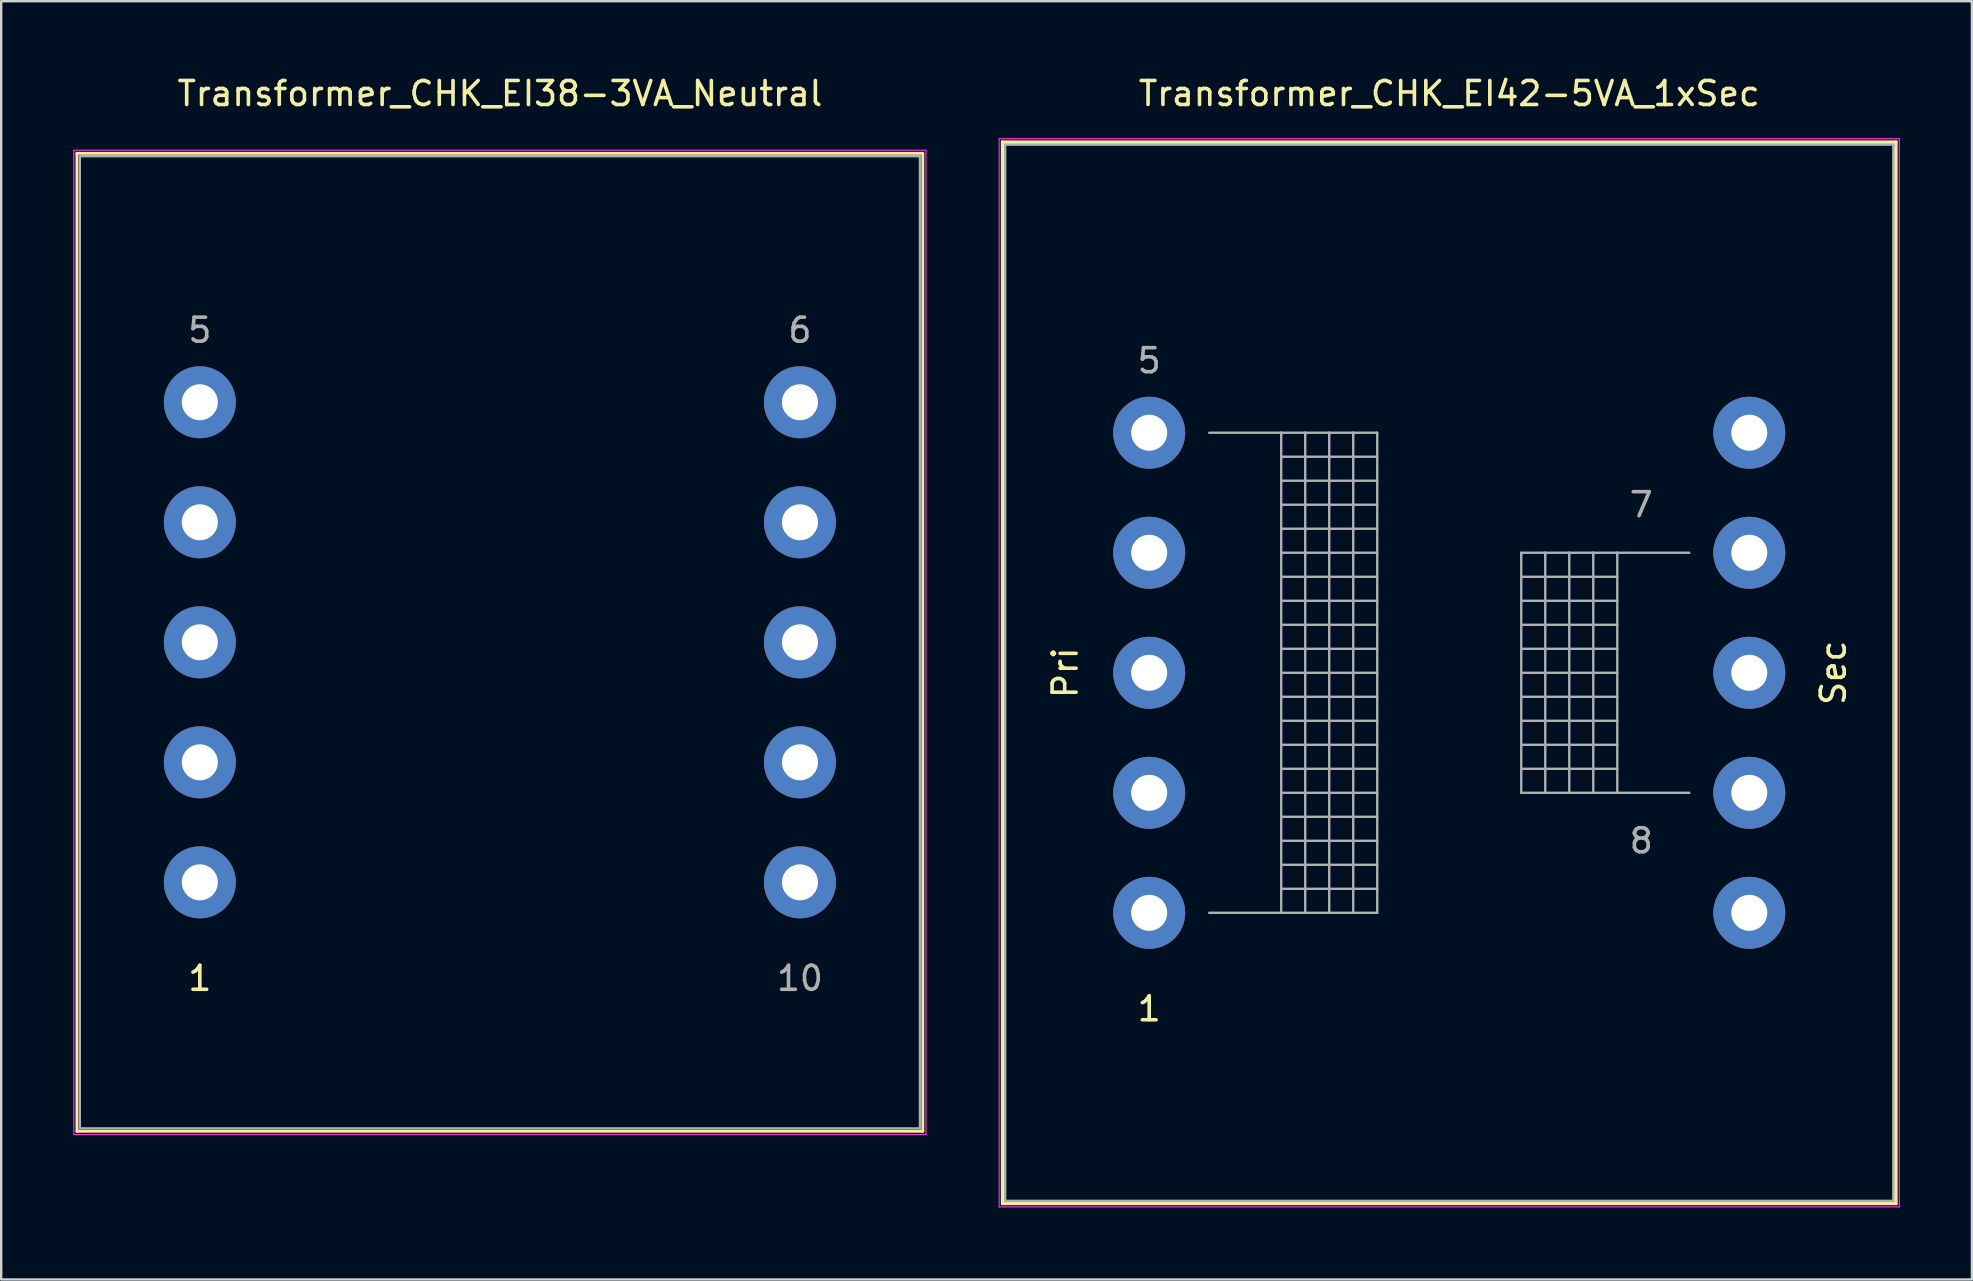
<source format=kicad_pcb>
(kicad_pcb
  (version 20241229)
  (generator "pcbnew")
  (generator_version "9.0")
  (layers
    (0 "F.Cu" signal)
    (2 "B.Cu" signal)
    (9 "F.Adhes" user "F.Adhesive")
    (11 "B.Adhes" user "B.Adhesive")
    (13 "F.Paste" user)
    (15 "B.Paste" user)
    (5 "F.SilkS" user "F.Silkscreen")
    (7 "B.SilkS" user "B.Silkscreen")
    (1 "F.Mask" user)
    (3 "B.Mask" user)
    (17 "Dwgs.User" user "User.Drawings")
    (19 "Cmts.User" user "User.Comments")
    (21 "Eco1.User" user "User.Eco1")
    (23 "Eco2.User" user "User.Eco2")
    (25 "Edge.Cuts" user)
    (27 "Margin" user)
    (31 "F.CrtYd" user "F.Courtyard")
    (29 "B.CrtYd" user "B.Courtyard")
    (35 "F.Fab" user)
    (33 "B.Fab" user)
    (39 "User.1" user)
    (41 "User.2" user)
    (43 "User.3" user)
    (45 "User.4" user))
  (footprint "Transformer_CHK_EI38-3VA_Neutral"
    (layer "F.Cu")
    (at 5.275 33.708)
    (property "Reference" "Transformer_CHK_EI38-3VA_Neutral" (at 12.5 -32.86 0) (layer "F.SilkS") (effects (font (size 1 1) (thickness 0.15))))
    (attr through_hole)
    (fp_line (start -5.12 -30.37) (end -5.12 10.37) (stroke (width 0.12) (type solid)) (layer "F.SilkS"))
    (fp_line (start -5.12 -30.37) (end 30.12 -30.37) (stroke (width 0.12) (type solid)) (layer "F.SilkS"))
    (fp_line (start 30.12 10.37) (end -5.12 10.37) (stroke (width 0.12) (type solid)) (layer "F.SilkS"))
    (fp_line (start 30.12 10.37) (end 30.12 -30.37) (stroke (width 0.12) (type solid)) (layer "F.SilkS"))
    (fp_line (start -5.25 -30.5) (end -5.25 10.5) (stroke (width 0.05) (type solid)) (layer "F.CrtYd"))
    (fp_line (start -5.25 -30.5) (end 30.25 -30.5) (stroke (width 0.05) (type solid)) (layer "F.CrtYd"))
    (fp_line (start 30.25 10.5) (end -5.25 10.5) (stroke (width 0.05) (type solid)) (layer "F.CrtYd"))
    (fp_line (start 30.25 10.5) (end 30.25 -30.5) (stroke (width 0.05) (type solid)) (layer "F.CrtYd"))
    (fp_line (start -5 -30.25) (end -5 10.25) (stroke (width 0.1) (type solid)) (layer "F.Fab"))
    (fp_line (start -5 10.25) (end 30 10.25) (stroke (width 0.1) (type solid)) (layer "F.Fab"))
    (fp_line (start 30 -30.25) (end -5 -30.25) (stroke (width 0.1) (type solid)) (layer "F.Fab"))
    (fp_line (start 30 10.25) (end 30 -30.25) (stroke (width 0.1) (type solid)) (layer "F.Fab"))
    (fp_text user "1" (at 0 4 0) (layer "F.SilkS") (effects (font (size 1 1) (thickness 0.15))))
    (fp_text user "6" (at 25 -23 0) (layer "F.Fab") (effects (font (size 1 1) (thickness 0.15))))
    (fp_text user "10" (at 25 4 0) (layer "F.Fab") (effects (font (size 1 1) (thickness 0.15))))
    (fp_text user "5" (at 0 -23 0) (layer "F.Fab") (effects (font (size 1 1) (thickness 0.15))))
    (pad "1" thru_hole circle (at 0 0) (size 3 3) (drill 1.5) (layers "*.Cu" "*.Mask"))
    (pad "2" thru_hole circle (at 0 -5) (size 3 3) (drill 1.5) (layers "*.Cu" "*.Mask"))
    (pad "3" thru_hole circle (at 0 -10) (size 3 3) (drill 1.5) (layers "*.Cu" "*.Mask"))
    (pad "4" thru_hole circle (at 0 -15) (size 3 3) (drill 1.5) (layers "*.Cu" "*.Mask"))
    (pad "5" thru_hole circle (at 0 -20) (size 3 3) (drill 1.5) (layers "*.Cu" "*.Mask"))
    (pad "6" thru_hole circle (at 25 -20) (size 3 3) (drill 1.5) (layers "*.Cu" "*.Mask"))
    (pad "7" thru_hole circle (at 25 -15) (size 3 3) (drill 1.5) (layers "*.Cu" "*.Mask"))
    (pad "8" thru_hole circle (at 25 -10) (size 3 3) (drill 1.5) (layers "*.Cu" "*.Mask"))
    (pad "9" thru_hole circle (at 25 -5) (size 3 3) (drill 1.5) (layers "*.Cu" "*.Mask"))
    (pad "10" thru_hole circle (at 25 0) (size 3 3) (drill 1.5) (layers "*.Cu" "*.Mask")))
  (footprint "Transformer_CHK_EI42-5VA_1xSec"
    (layer "F.Cu")
    (at 44.825 34.978)
    (property "Reference" "Transformer_CHK_EI42-5VA_1xSec" (at 12.5 -34.13 0) (layer "F.SilkS") (effects (font (size 1 1) (thickness 0.15))))
    (attr through_hole)
    (fp_line (start -6.12 -32.12) (end -6.12 12.12) (stroke (width 0.12) (type solid)) (layer "F.SilkS"))
    (fp_line (start -6.12 -32.12) (end 31.12 -32.12) (stroke (width 0.12) (type solid)) (layer "F.SilkS"))
    (fp_line (start -6.05 -32.05) (end 31.05 -32.05) (stroke (width 0.12) (type solid)) (layer "F.SilkS"))
    (fp_line (start -6.05 12.05) (end -6.05 -32.05) (stroke (width 0.12) (type solid)) (layer "F.SilkS"))
    (fp_line (start 31.05 -32.05) (end 31.05 12.05) (stroke (width 0.12) (type solid)) (layer "F.SilkS"))
    (fp_line (start 31.05 12.05) (end -6.05 12.05) (stroke (width 0.12) (type solid)) (layer "F.SilkS"))
    (fp_line (start 31.12 12.12) (end -6.12 12.12) (stroke (width 0.12) (type solid)) (layer "F.SilkS"))
    (fp_line (start 31.12 12.12) (end 31.12 -32.12) (stroke (width 0.12) (type solid)) (layer "F.SilkS"))
    (fp_line (start -6.25 -32.25) (end -6.25 12.25) (stroke (width 0.05) (type solid)) (layer "F.CrtYd"))
    (fp_line (start -6.25 -32.25) (end 31.25 -32.25) (stroke (width 0.05) (type solid)) (layer "F.CrtYd"))
    (fp_line (start 31.25 12.25) (end -6.25 12.25) (stroke (width 0.05) (type solid)) (layer "F.CrtYd"))
    (fp_line (start 31.25 12.25) (end 31.25 -32.25) (stroke (width 0.05) (type solid)) (layer "F.CrtYd"))
    (fp_line (start -6 -32) (end -6 12) (stroke (width 0.1) (type solid)) (layer "F.Fab"))
    (fp_line (start -6 12) (end 31 12) (stroke (width 0.1) (type solid)) (layer "F.Fab"))
    (fp_line (start 2.5 -20) (end 5.5 -20) (stroke (width 0.1) (type solid)) (layer "F.Fab"))
    (fp_line (start 5.5 -20) (end 5.5 0) (stroke (width 0.1) (type solid)) (layer "F.Fab"))
    (fp_line (start 5.5 -20) (end 6.5 -20) (stroke (width 0.1) (type solid)) (layer "F.Fab"))
    (fp_line (start 5.5 -19) (end 9.5 -19) (stroke (width 0.1) (type solid)) (layer "F.Fab"))
    (fp_line (start 5.5 -18) (end 9.5 -18) (stroke (width 0.1) (type solid)) (layer "F.Fab"))
    (fp_line (start 5.5 -17) (end 9.5 -17) (stroke (width 0.1) (type solid)) (layer "F.Fab"))
    (fp_line (start 5.5 -16) (end 9.5 -16) (stroke (width 0.1) (type solid)) (layer "F.Fab"))
    (fp_line (start 5.5 -15) (end 9.5 -15) (stroke (width 0.1) (type solid)) (layer "F.Fab"))
    (fp_line (start 5.5 -14) (end 9.5 -14) (stroke (width 0.1) (type solid)) (layer "F.Fab"))
    (fp_line (start 5.5 -13) (end 9.5 -13) (stroke (width 0.1) (type solid)) (layer "F.Fab"))
    (fp_line (start 5.5 -12) (end 9.5 -12) (stroke (width 0.1) (type solid)) (layer "F.Fab"))
    (fp_line (start 5.5 -11) (end 9.5 -11) (stroke (width 0.1) (type solid)) (layer "F.Fab"))
    (fp_line (start 5.5 -10) (end 9.5 -10) (stroke (width 0.1) (type solid)) (layer "F.Fab"))
    (fp_line (start 5.5 -9) (end 9.5 -9) (stroke (width 0.1) (type solid)) (layer "F.Fab"))
    (fp_line (start 5.5 -8) (end 9.5 -8) (stroke (width 0.1) (type solid)) (layer "F.Fab"))
    (fp_line (start 5.5 -7) (end 9.5 -7) (stroke (width 0.1) (type solid)) (layer "F.Fab"))
    (fp_line (start 5.5 -6) (end 9.5 -6) (stroke (width 0.1) (type solid)) (layer "F.Fab"))
    (fp_line (start 5.5 -5) (end 9.5 -5) (stroke (width 0.1) (type solid)) (layer "F.Fab"))
    (fp_line (start 5.5 -4) (end 9.5 -4) (stroke (width 0.1) (type solid)) (layer "F.Fab"))
    (fp_line (start 5.5 -3) (end 9.5 -3) (stroke (width 0.1) (type solid)) (layer "F.Fab"))
    (fp_line (start 5.5 -2) (end 9.5 -2) (stroke (width 0.1) (type solid)) (layer "F.Fab"))
    (fp_line (start 5.5 -1) (end 9.5 -1) (stroke (width 0.1) (type solid)) (layer "F.Fab"))
    (fp_line (start 5.5 0) (end 2.5 0) (stroke (width 0.1) (type solid)) (layer "F.Fab"))
    (fp_line (start 6.5 -20) (end 6.5 0) (stroke (width 0.1) (type solid)) (layer "F.Fab"))
    (fp_line (start 6.5 -20) (end 7.5 -20) (stroke (width 0.1) (type solid)) (layer "F.Fab"))
    (fp_line (start 6.5 0) (end 5.5 0) (stroke (width 0.1) (type solid)) (layer "F.Fab"))
    (fp_line (start 7.5 -20) (end 7.5 0) (stroke (width 0.1) (type solid)) (layer "F.Fab"))
    (fp_line (start 7.5 -20) (end 8.5 -20) (stroke (width 0.1) (type solid)) (layer "F.Fab"))
    (fp_line (start 7.5 0) (end 6.5 0) (stroke (width 0.1) (type solid)) (layer "F.Fab"))
    (fp_line (start 8.5 -20) (end 8.5 0) (stroke (width 0.1) (type solid)) (layer "F.Fab"))
    (fp_line (start 8.5 -20) (end 9.5 -20) (stroke (width 0.1) (type solid)) (layer "F.Fab"))
    (fp_line (start 8.5 0) (end 7.5 0) (stroke (width 0.1) (type solid)) (layer "F.Fab"))
    (fp_line (start 9.5 -20) (end 9.5 0) (stroke (width 0.1) (type solid)) (layer "F.Fab"))
    (fp_line (start 9.5 0) (end 8.5 0) (stroke (width 0.1) (type solid)) (layer "F.Fab"))
    (fp_line (start 15.5 -15) (end 15.5 -5) (stroke (width 0.1) (type solid)) (layer "F.Fab"))
    (fp_line (start 15.5 -14) (end 19.5 -14) (stroke (width 0.1) (type solid)) (layer "F.Fab"))
    (fp_line (start 15.5 -12) (end 19.5 -12) (stroke (width 0.1) (type solid)) (layer "F.Fab"))
    (fp_line (start 15.5 -10) (end 19.5 -10) (stroke (width 0.1) (type solid)) (layer "F.Fab"))
    (fp_line (start 15.5 -8) (end 19.5 -8) (stroke (width 0.1) (type solid)) (layer "F.Fab"))
    (fp_line (start 15.5 -6) (end 19.5 -6) (stroke (width 0.1) (type solid)) (layer "F.Fab"))
    (fp_line (start 15.5 -5) (end 16.5 -5) (stroke (width 0.1) (type solid)) (layer "F.Fab"))
    (fp_line (start 16.5 -15) (end 15.5 -15) (stroke (width 0.1) (type solid)) (layer "F.Fab"))
    (fp_line (start 16.5 -15) (end 16.5 -5) (stroke (width 0.1) (type solid)) (layer "F.Fab"))
    (fp_line (start 16.5 -5) (end 17.5 -5) (stroke (width 0.1) (type solid)) (layer "F.Fab"))
    (fp_line (start 17.5 -15) (end 16.5 -15) (stroke (width 0.1) (type solid)) (layer "F.Fab"))
    (fp_line (start 17.5 -15) (end 17.5 -5) (stroke (width 0.1) (type solid)) (layer "F.Fab"))
    (fp_line (start 17.5 -5) (end 18.5 -5) (stroke (width 0.1) (type solid)) (layer "F.Fab"))
    (fp_line (start 18.5 -15) (end 17.5 -15) (stroke (width 0.1) (type solid)) (layer "F.Fab"))
    (fp_line (start 18.5 -15) (end 18.5 -5) (stroke (width 0.1) (type solid)) (layer "F.Fab"))
    (fp_line (start 18.5 -5) (end 19.5 -5) (stroke (width 0.1) (type solid)) (layer "F.Fab"))
    (fp_line (start 19.5 -15) (end 18.5 -15) (stroke (width 0.1) (type solid)) (layer "F.Fab"))
    (fp_line (start 19.5 -15) (end 19.5 -5) (stroke (width 0.1) (type solid)) (layer "F.Fab"))
    (fp_line (start 19.5 -13) (end 15.5 -13) (stroke (width 0.1) (type solid)) (layer "F.Fab"))
    (fp_line (start 19.5 -11) (end 15.5 -11) (stroke (width 0.1) (type solid)) (layer "F.Fab"))
    (fp_line (start 19.5 -9) (end 15.5 -9) (stroke (width 0.1) (type solid)) (layer "F.Fab"))
    (fp_line (start 19.5 -7) (end 15.5 -7) (stroke (width 0.1) (type solid)) (layer "F.Fab"))
    (fp_line (start 19.5 -5) (end 22.5 -5) (stroke (width 0.1) (type solid)) (layer "F.Fab"))
    (fp_line (start 22.5 -15) (end 19.5 -15) (stroke (width 0.1) (type solid)) (layer "F.Fab"))
    (fp_line (start 31 -32) (end -6 -32) (stroke (width 0.1) (type solid)) (layer "F.Fab"))
    (fp_line (start 31 12) (end 31 -32) (stroke (width 0.1) (type solid)) (layer "F.Fab"))
    (fp_text user "Pri" (at -3.5 -10 90) (layer "F.SilkS") (effects (font (size 1 1) (thickness 0.15))))
    (fp_text user "1" (at 0 4 0) (layer "F.SilkS") (effects (font (size 1 1) (thickness 0.15))))
    (fp_text user "Sec" (at 28.5 -10 90) (layer "F.SilkS") (effects (font (size 1 1) (thickness 0.15))))
    (fp_text user "7" (at 20.5 -17 0) (layer "F.Fab") (effects (font (size 1 1) (thickness 0.15))))
    (fp_text user "5" (at 0 -23 0) (layer "F.Fab") (effects (font (size 1 1) (thickness 0.15))))
    (fp_text user "8" (at 20.5 -3 0) (layer "F.Fab") (effects (font (size 1 1) (thickness 0.15))))
    (pad "1" thru_hole circle (at 0 0) (size 3 3) (drill 1.5) (layers "*.Cu" "*.Mask"))
    (pad "2" thru_hole circle (at 0 -5) (size 3 3) (drill 1.5) (layers "*.Cu" "*.Mask"))
    (pad "3" thru_hole circle (at 0 -10) (size 3 3) (drill 1.5) (layers "*.Cu" "*.Mask"))
    (pad "4" thru_hole circle (at 0 -15) (size 3 3) (drill 1.5) (layers "*.Cu" "*.Mask"))
    (pad "5" thru_hole circle (at 0 -20) (size 3 3) (drill 1.5) (layers "*.Cu" "*.Mask"))
    (pad "6" thru_hole circle (at 25 -20) (size 3 3) (drill 1.5) (layers "*.Cu" "*.Mask"))
    (pad "7" thru_hole circle (at 25 -15) (size 3 3) (drill 1.5) (layers "*.Cu" "*.Mask"))
    (pad "8" thru_hole circle (at 25 -10) (size 3 3) (drill 1.5) (layers "*.Cu" "*.Mask"))
    (pad "9" thru_hole circle (at 25 -5) (size 3 3) (drill 1.5) (layers "*.Cu" "*.Mask"))
    (pad "10" thru_hole circle (at 25 0) (size 3 3) (drill 1.5) (layers "*.Cu" "*.Mask")))
  (gr_rect
    (start -3 -3)
    (end 79.1 50.253)
    (stroke (width 0.1) (type default))
    (fill no)
    (layer "Edge.Cuts")))
</source>
